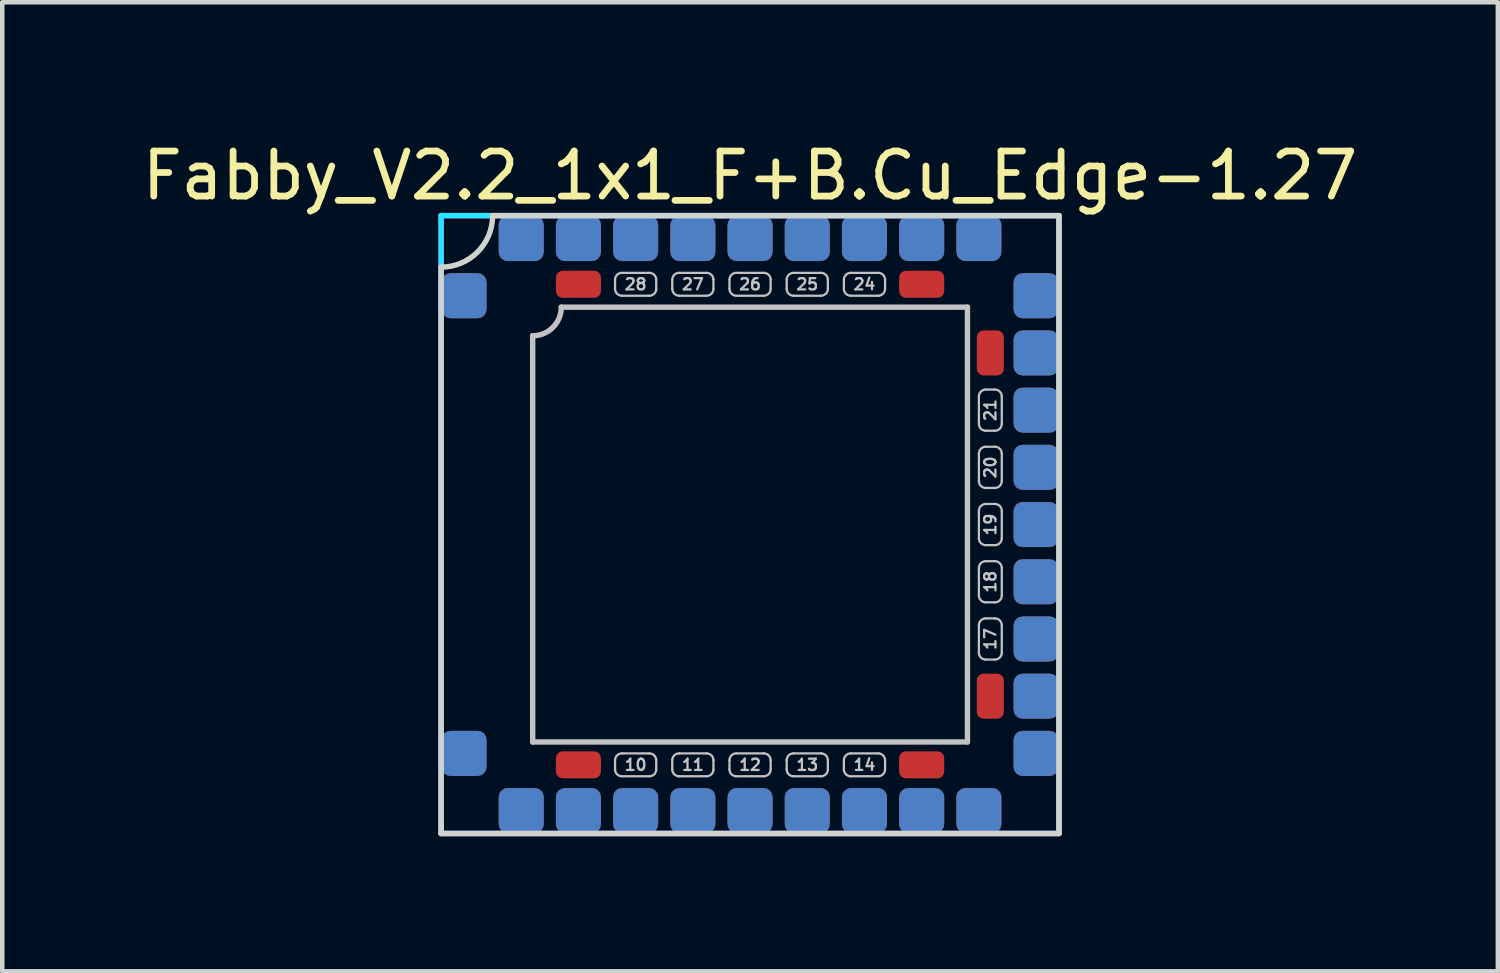
<source format=kicad_pcb>
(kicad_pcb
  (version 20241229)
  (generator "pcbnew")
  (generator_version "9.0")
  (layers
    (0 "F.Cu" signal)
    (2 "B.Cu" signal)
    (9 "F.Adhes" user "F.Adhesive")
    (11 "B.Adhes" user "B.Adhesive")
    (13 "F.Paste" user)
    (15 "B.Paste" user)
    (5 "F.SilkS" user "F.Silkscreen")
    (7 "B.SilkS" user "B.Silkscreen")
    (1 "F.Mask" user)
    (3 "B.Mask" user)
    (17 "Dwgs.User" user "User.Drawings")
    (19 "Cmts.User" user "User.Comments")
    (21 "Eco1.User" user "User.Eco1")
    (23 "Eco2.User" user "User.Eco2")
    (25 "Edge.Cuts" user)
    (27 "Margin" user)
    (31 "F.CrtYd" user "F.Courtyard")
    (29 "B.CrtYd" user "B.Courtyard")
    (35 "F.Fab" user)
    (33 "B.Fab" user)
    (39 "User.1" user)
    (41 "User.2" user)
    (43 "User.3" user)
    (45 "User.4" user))
  (footprint "Fabby_V2.2_1x1_F+B.Cu_Edge-1.27"
    (layer "F.Cu")
    (at 13.601 8.595)
    (property "Reference" "Fabby_V2.2_1x1_F+B.Cu_Edge-1.27" (at 0 -7.747 0) (layer "F.SilkS") (effects (font (size 1 1) (thickness 0.15))))
    (attr through_hole)
    (fp_line (start -4.826 4.826) (end -4.826 -4.191) (stroke (width 0.12) (type solid)) (layer "Dwgs.User"))
    (fp_line (start -4.191 -4.826) (end 4.826 -4.826) (stroke (width 0.12) (type solid)) (layer "Dwgs.User"))
    (fp_line (start -2.997 -5.436) (end -2.997 -5.232) (stroke (width 0.05) (type solid)) (layer "Dwgs.User"))
    (fp_line (start -2.997 5.232) (end -2.997 5.436) (stroke (width 0.05) (type solid)) (layer "Dwgs.User"))
    (fp_line (start -2.845 -5.588) (end -2.235 -5.588) (stroke (width 0.05) (type solid)) (layer "Dwgs.User"))
    (fp_line (start -2.845 -5.08) (end -2.235 -5.08) (stroke (width 0.05) (type solid)) (layer "Dwgs.User"))
    (fp_line (start -2.845 5.08) (end -2.235 5.08) (stroke (width 0.05) (type solid)) (layer "Dwgs.User"))
    (fp_line (start -2.845 5.588) (end -2.235 5.588) (stroke (width 0.05) (type solid)) (layer "Dwgs.User"))
    (fp_line (start -2.083 -5.436) (end -2.083 -5.232) (stroke (width 0.05) (type solid)) (layer "Dwgs.User"))
    (fp_line (start -2.083 5.232) (end -2.083 5.436) (stroke (width 0.05) (type solid)) (layer "Dwgs.User"))
    (fp_line (start -1.727 -5.436) (end -1.727 -5.232) (stroke (width 0.05) (type solid)) (layer "Dwgs.User"))
    (fp_line (start -1.727 5.232) (end -1.727 5.436) (stroke (width 0.05) (type solid)) (layer "Dwgs.User"))
    (fp_line (start -1.575 -5.588) (end -0.965 -5.588) (stroke (width 0.05) (type solid)) (layer "Dwgs.User"))
    (fp_line (start -1.575 -5.08) (end -0.965 -5.08) (stroke (width 0.05) (type solid)) (layer "Dwgs.User"))
    (fp_line (start -1.575 5.08) (end -0.965 5.08) (stroke (width 0.05) (type solid)) (layer "Dwgs.User"))
    (fp_line (start -1.575 5.588) (end -0.965 5.588) (stroke (width 0.05) (type solid)) (layer "Dwgs.User"))
    (fp_line (start -0.813 -5.436) (end -0.813 -5.232) (stroke (width 0.05) (type solid)) (layer "Dwgs.User"))
    (fp_line (start -0.813 5.232) (end -0.813 5.436) (stroke (width 0.05) (type solid)) (layer "Dwgs.User"))
    (fp_line (start -0.457 -5.436) (end -0.457 -5.232) (stroke (width 0.05) (type solid)) (layer "Dwgs.User"))
    (fp_line (start -0.457 5.232) (end -0.457 5.436) (stroke (width 0.05) (type solid)) (layer "Dwgs.User"))
    (fp_line (start -0.305 -5.588) (end 0.305 -5.588) (stroke (width 0.05) (type solid)) (layer "Dwgs.User"))
    (fp_line (start -0.305 -5.08) (end 0.305 -5.08) (stroke (width 0.05) (type solid)) (layer "Dwgs.User"))
    (fp_line (start -0.305 5.08) (end 0.305 5.08) (stroke (width 0.05) (type solid)) (layer "Dwgs.User"))
    (fp_line (start -0.305 5.588) (end 0.305 5.588) (stroke (width 0.05) (type solid)) (layer "Dwgs.User"))
    (fp_line (start 0.457 -5.436) (end 0.457 -5.232) (stroke (width 0.05) (type solid)) (layer "Dwgs.User"))
    (fp_line (start 0.457 5.232) (end 0.457 5.436) (stroke (width 0.05) (type solid)) (layer "Dwgs.User"))
    (fp_line (start 0.813 -5.436) (end 0.813 -5.232) (stroke (width 0.05) (type solid)) (layer "Dwgs.User"))
    (fp_line (start 0.813 5.232) (end 0.813 5.436) (stroke (width 0.05) (type solid)) (layer "Dwgs.User"))
    (fp_line (start 0.965 -5.588) (end 1.575 -5.588) (stroke (width 0.05) (type solid)) (layer "Dwgs.User"))
    (fp_line (start 0.965 -5.08) (end 1.575 -5.08) (stroke (width 0.05) (type solid)) (layer "Dwgs.User"))
    (fp_line (start 0.965 5.08) (end 1.575 5.08) (stroke (width 0.05) (type solid)) (layer "Dwgs.User"))
    (fp_line (start 0.965 5.588) (end 1.575 5.588) (stroke (width 0.05) (type solid)) (layer "Dwgs.User"))
    (fp_line (start 1.727 -5.436) (end 1.727 -5.232) (stroke (width 0.05) (type solid)) (layer "Dwgs.User"))
    (fp_line (start 1.727 5.232) (end 1.727 5.436) (stroke (width 0.05) (type solid)) (layer "Dwgs.User"))
    (fp_line (start 2.083 -5.436) (end 2.083 -5.232) (stroke (width 0.05) (type solid)) (layer "Dwgs.User"))
    (fp_line (start 2.083 5.232) (end 2.083 5.436) (stroke (width 0.05) (type solid)) (layer "Dwgs.User"))
    (fp_line (start 2.235 -5.588) (end 2.845 -5.588) (stroke (width 0.05) (type solid)) (layer "Dwgs.User"))
    (fp_line (start 2.235 -5.08) (end 2.845 -5.08) (stroke (width 0.05) (type solid)) (layer "Dwgs.User"))
    (fp_line (start 2.235 5.08) (end 2.845 5.08) (stroke (width 0.05) (type solid)) (layer "Dwgs.User"))
    (fp_line (start 2.235 5.588) (end 2.845 5.588) (stroke (width 0.05) (type solid)) (layer "Dwgs.User"))
    (fp_line (start 2.997 -5.436) (end 2.997 -5.232) (stroke (width 0.05) (type solid)) (layer "Dwgs.User"))
    (fp_line (start 2.997 5.232) (end 2.997 5.436) (stroke (width 0.05) (type solid)) (layer "Dwgs.User"))
    (fp_line (start 4.826 -4.826) (end 4.826 4.826) (stroke (width 0.12) (type solid)) (layer "Dwgs.User"))
    (fp_line (start 4.826 4.826) (end -4.826 4.826) (stroke (width 0.12) (type solid)) (layer "Dwgs.User"))
    (fp_line (start 5.08 -2.235) (end 5.08 -2.845) (stroke (width 0.05) (type solid)) (layer "Dwgs.User"))
    (fp_line (start 5.08 -0.965) (end 5.08 -1.575) (stroke (width 0.05) (type solid)) (layer "Dwgs.User"))
    (fp_line (start 5.08 0.305) (end 5.08 -0.305) (stroke (width 0.05) (type solid)) (layer "Dwgs.User"))
    (fp_line (start 5.08 1.575) (end 5.08 0.965) (stroke (width 0.05) (type solid)) (layer "Dwgs.User"))
    (fp_line (start 5.08 2.845) (end 5.08 2.235) (stroke (width 0.05) (type solid)) (layer "Dwgs.User"))
    (fp_line (start 5.232 -2.997) (end 5.436 -2.997) (stroke (width 0.05) (type solid)) (layer "Dwgs.User"))
    (fp_line (start 5.232 -2.083) (end 5.436 -2.083) (stroke (width 0.05) (type solid)) (layer "Dwgs.User"))
    (fp_line (start 5.232 -1.727) (end 5.436 -1.727) (stroke (width 0.05) (type solid)) (layer "Dwgs.User"))
    (fp_line (start 5.232 -0.813) (end 5.436 -0.813) (stroke (width 0.05) (type solid)) (layer "Dwgs.User"))
    (fp_line (start 5.232 -0.457) (end 5.436 -0.457) (stroke (width 0.05) (type solid)) (layer "Dwgs.User"))
    (fp_line (start 5.232 0.457) (end 5.436 0.457) (stroke (width 0.05) (type solid)) (layer "Dwgs.User"))
    (fp_line (start 5.232 0.813) (end 5.436 0.813) (stroke (width 0.05) (type solid)) (layer "Dwgs.User"))
    (fp_line (start 5.232 1.727) (end 5.436 1.727) (stroke (width 0.05) (type solid)) (layer "Dwgs.User"))
    (fp_line (start 5.232 2.083) (end 5.436 2.083) (stroke (width 0.05) (type solid)) (layer "Dwgs.User"))
    (fp_line (start 5.232 2.997) (end 5.436 2.997) (stroke (width 0.05) (type solid)) (layer "Dwgs.User"))
    (fp_line (start 5.588 -2.235) (end 5.588 -2.845) (stroke (width 0.05) (type solid)) (layer "Dwgs.User"))
    (fp_line (start 5.588 -0.965) (end 5.588 -1.575) (stroke (width 0.05) (type solid)) (layer "Dwgs.User"))
    (fp_line (start 5.588 0.305) (end 5.588 -0.305) (stroke (width 0.05) (type solid)) (layer "Dwgs.User"))
    (fp_line (start 5.588 1.575) (end 5.588 0.965) (stroke (width 0.05) (type solid)) (layer "Dwgs.User"))
    (fp_line (start 5.588 2.845) (end 5.588 2.235) (stroke (width 0.05) (type solid)) (layer "Dwgs.User"))
    (fp_arc (start -4.191 -4.826) (mid -4.376987 -4.376987) (end -4.826 -4.191) (stroke (width 0.12) (type solid)) (layer "Dwgs.User"))
    (fp_arc (start -2.9972 -5.4356) (mid -2.952563 -5.543363) (end -2.8448 -5.588) (stroke (width 0.05) (type solid)) (layer "Dwgs.User"))
    (fp_arc (start -2.9972 5.2324) (mid -2.952563 5.124637) (end -2.8448 5.08) (stroke (width 0.05) (type solid)) (layer "Dwgs.User"))
    (fp_arc (start -2.8448 -5.08) (mid -2.952563 -5.124637) (end -2.9972 -5.2324) (stroke (width 0.05) (type solid)) (layer "Dwgs.User"))
    (fp_arc (start -2.8448 5.588) (mid -2.952563 5.543363) (end -2.9972 5.4356) (stroke (width 0.05) (type solid)) (layer "Dwgs.User"))
    (fp_arc (start -2.2352 -5.588) (mid -2.127437 -5.543363) (end -2.0828 -5.4356) (stroke (width 0.05) (type solid)) (layer "Dwgs.User"))
    (fp_arc (start -2.2352 5.08) (mid -2.127437 5.124637) (end -2.0828 5.2324) (stroke (width 0.05) (type solid)) (layer "Dwgs.User"))
    (fp_arc (start -2.0828 -5.2324) (mid -2.127437 -5.124637) (end -2.2352 -5.08) (stroke (width 0.05) (type solid)) (layer "Dwgs.User"))
    (fp_arc (start -2.0828 5.4356) (mid -2.127437 5.543363) (end -2.2352 5.588) (stroke (width 0.05) (type solid)) (layer "Dwgs.User"))
    (fp_arc (start -1.7272 -5.4356) (mid -1.682563 -5.543363) (end -1.5748 -5.588) (stroke (width 0.05) (type solid)) (layer "Dwgs.User"))
    (fp_arc (start -1.7272 5.2324) (mid -1.682563 5.124637) (end -1.5748 5.08) (stroke (width 0.05) (type solid)) (layer "Dwgs.User"))
    (fp_arc (start -1.5748 -5.08) (mid -1.682563 -5.124637) (end -1.7272 -5.2324) (stroke (width 0.05) (type solid)) (layer "Dwgs.User"))
    (fp_arc (start -1.5748 5.588) (mid -1.682563 5.543363) (end -1.7272 5.4356) (stroke (width 0.05) (type solid)) (layer "Dwgs.User"))
    (fp_arc (start -0.9652 -5.588) (mid -0.857437 -5.543363) (end -0.8128 -5.4356) (stroke (width 0.05) (type solid)) (layer "Dwgs.User"))
    (fp_arc (start -0.9652 5.08) (mid -0.857437 5.124637) (end -0.8128 5.2324) (stroke (width 0.05) (type solid)) (layer "Dwgs.User"))
    (fp_arc (start -0.8128 -5.2324) (mid -0.857437 -5.124637) (end -0.9652 -5.08) (stroke (width 0.05) (type solid)) (layer "Dwgs.User"))
    (fp_arc (start -0.8128 5.4356) (mid -0.857437 5.543363) (end -0.9652 5.588) (stroke (width 0.05) (type solid)) (layer "Dwgs.User"))
    (fp_arc (start -0.4572 -5.4356) (mid -0.412563 -5.543363) (end -0.3048 -5.588) (stroke (width 0.05) (type solid)) (layer "Dwgs.User"))
    (fp_arc (start -0.4572 5.2324) (mid -0.412563 5.124637) (end -0.3048 5.08) (stroke (width 0.05) (type solid)) (layer "Dwgs.User"))
    (fp_arc (start -0.3048 -5.08) (mid -0.412563 -5.124637) (end -0.4572 -5.2324) (stroke (width 0.05) (type solid)) (layer "Dwgs.User"))
    (fp_arc (start -0.3048 5.588) (mid -0.412563 5.543363) (end -0.4572 5.4356) (stroke (width 0.05) (type solid)) (layer "Dwgs.User"))
    (fp_arc (start 0.3048 -5.588) (mid 0.412563 -5.543363) (end 0.4572 -5.4356) (stroke (width 0.05) (type solid)) (layer "Dwgs.User"))
    (fp_arc (start 0.3048 5.08) (mid 0.412563 5.124637) (end 0.4572 5.2324) (stroke (width 0.05) (type solid)) (layer "Dwgs.User"))
    (fp_arc (start 0.4572 -5.2324) (mid 0.412563 -5.124637) (end 0.3048 -5.08) (stroke (width 0.05) (type solid)) (layer "Dwgs.User"))
    (fp_arc (start 0.4572 5.4356) (mid 0.412563 5.543363) (end 0.3048 5.588) (stroke (width 0.05) (type solid)) (layer "Dwgs.User"))
    (fp_arc (start 0.8128 -5.4356) (mid 0.857437 -5.543363) (end 0.9652 -5.588) (stroke (width 0.05) (type solid)) (layer "Dwgs.User"))
    (fp_arc (start 0.8128 5.2324) (mid 0.857437 5.124637) (end 0.9652 5.08) (stroke (width 0.05) (type solid)) (layer "Dwgs.User"))
    (fp_arc (start 0.9652 -5.08) (mid 0.857437 -5.124637) (end 0.8128 -5.2324) (stroke (width 0.05) (type solid)) (layer "Dwgs.User"))
    (fp_arc (start 0.9652 5.588) (mid 0.857437 5.543363) (end 0.8128 5.4356) (stroke (width 0.05) (type solid)) (layer "Dwgs.User"))
    (fp_arc (start 1.5748 -5.588) (mid 1.682563 -5.543363) (end 1.7272 -5.4356) (stroke (width 0.05) (type solid)) (layer "Dwgs.User"))
    (fp_arc (start 1.5748 5.08) (mid 1.682563 5.124637) (end 1.7272 5.2324) (stroke (width 0.05) (type solid)) (layer "Dwgs.User"))
    (fp_arc (start 1.7272 -5.2324) (mid 1.682563 -5.124637) (end 1.5748 -5.08) (stroke (width 0.05) (type solid)) (layer "Dwgs.User"))
    (fp_arc (start 1.7272 5.4356) (mid 1.682563 5.543363) (end 1.5748 5.588) (stroke (width 0.05) (type solid)) (layer "Dwgs.User"))
    (fp_arc (start 2.0828 -5.4356) (mid 2.127437 -5.543363) (end 2.2352 -5.588) (stroke (width 0.05) (type solid)) (layer "Dwgs.User"))
    (fp_arc (start 2.0828 5.2324) (mid 2.127437 5.124637) (end 2.2352 5.08) (stroke (width 0.05) (type solid)) (layer "Dwgs.User"))
    (fp_arc (start 2.2352 -5.08) (mid 2.127437 -5.124637) (end 2.0828 -5.2324) (stroke (width 0.05) (type solid)) (layer "Dwgs.User"))
    (fp_arc (start 2.2352 5.588) (mid 2.127437 5.543363) (end 2.0828 5.4356) (stroke (width 0.05) (type solid)) (layer "Dwgs.User"))
    (fp_arc (start 2.8448 -5.588) (mid 2.952563 -5.543363) (end 2.9972 -5.4356) (stroke (width 0.05) (type solid)) (layer "Dwgs.User"))
    (fp_arc (start 2.8448 5.08) (mid 2.952563 5.124637) (end 2.9972 5.2324) (stroke (width 0.05) (type solid)) (layer "Dwgs.User"))
    (fp_arc (start 2.9972 -5.2324) (mid 2.952563 -5.124637) (end 2.8448 -5.08) (stroke (width 0.05) (type solid)) (layer "Dwgs.User"))
    (fp_arc (start 2.9972 5.4356) (mid 2.952563 5.543363) (end 2.8448 5.588) (stroke (width 0.05) (type solid)) (layer "Dwgs.User"))
    (fp_arc (start 5.08 -2.8448) (mid 5.124637 -2.952563) (end 5.2324 -2.9972) (stroke (width 0.05) (type solid)) (layer "Dwgs.User"))
    (fp_arc (start 5.08 -1.5748) (mid 5.124637 -1.682563) (end 5.2324 -1.7272) (stroke (width 0.05) (type solid)) (layer "Dwgs.User"))
    (fp_arc (start 5.08 -0.3048) (mid 5.124637 -0.412563) (end 5.2324 -0.4572) (stroke (width 0.05) (type solid)) (layer "Dwgs.User"))
    (fp_arc (start 5.08 0.9652) (mid 5.124637 0.857437) (end 5.2324 0.8128) (stroke (width 0.05) (type solid)) (layer "Dwgs.User"))
    (fp_arc (start 5.08 2.2352) (mid 5.124637 2.127437) (end 5.2324 2.0828) (stroke (width 0.05) (type solid)) (layer "Dwgs.User"))
    (fp_arc (start 5.2324 -2.0828) (mid 5.124637 -2.127437) (end 5.08 -2.2352) (stroke (width 0.05) (type solid)) (layer "Dwgs.User"))
    (fp_arc (start 5.2324 -0.8128) (mid 5.124637 -0.857437) (end 5.08 -0.9652) (stroke (width 0.05) (type solid)) (layer "Dwgs.User"))
    (fp_arc (start 5.2324 0.4572) (mid 5.124637 0.412563) (end 5.08 0.3048) (stroke (width 0.05) (type solid)) (layer "Dwgs.User"))
    (fp_arc (start 5.2324 1.7272) (mid 5.124637 1.682563) (end 5.08 1.5748) (stroke (width 0.05) (type solid)) (layer "Dwgs.User"))
    (fp_arc (start 5.2324 2.9972) (mid 5.124637 2.952563) (end 5.08 2.8448) (stroke (width 0.05) (type solid)) (layer "Dwgs.User"))
    (fp_arc (start 5.4356 -2.9972) (mid 5.543363 -2.952563) (end 5.588 -2.8448) (stroke (width 0.05) (type solid)) (layer "Dwgs.User"))
    (fp_arc (start 5.4356 -1.7272) (mid 5.543363 -1.682563) (end 5.588 -1.5748) (stroke (width 0.05) (type solid)) (layer "Dwgs.User"))
    (fp_arc (start 5.4356 -0.4572) (mid 5.543363 -0.412563) (end 5.588 -0.3048) (stroke (width 0.05) (type solid)) (layer "Dwgs.User"))
    (fp_arc (start 5.4356 0.8128) (mid 5.543363 0.857437) (end 5.588 0.9652) (stroke (width 0.05) (type solid)) (layer "Dwgs.User"))
    (fp_arc (start 5.4356 2.0828) (mid 5.543363 2.127437) (end 5.588 2.2352) (stroke (width 0.05) (type solid)) (layer "Dwgs.User"))
    (fp_arc (start 5.588 -2.2352) (mid 5.543363 -2.127437) (end 5.4356 -2.0828) (stroke (width 0.05) (type solid)) (layer "Dwgs.User"))
    (fp_arc (start 5.588 -0.9652) (mid 5.543363 -0.857437) (end 5.4356 -0.8128) (stroke (width 0.05) (type solid)) (layer "Dwgs.User"))
    (fp_arc (start 5.588 0.3048) (mid 5.543363 0.412563) (end 5.4356 0.4572) (stroke (width 0.05) (type solid)) (layer "Dwgs.User"))
    (fp_arc (start 5.588 1.5748) (mid 5.543363 1.682563) (end 5.4356 1.7272) (stroke (width 0.05) (type solid)) (layer "Dwgs.User"))
    (fp_arc (start 5.588 2.8448) (mid 5.543363 2.952563) (end 5.4356 2.9972) (stroke (width 0.05) (type solid)) (layer "Dwgs.User"))
    (fp_line (start -6.858 -5.715) (end -6.858 6.858) (stroke (width 0.12) (type solid)) (layer "Edge.Cuts"))
    (fp_line (start -6.858 6.858) (end 6.858 6.858) (stroke (width 0.12) (type solid)) (layer "Edge.Cuts"))
    (fp_line (start -5.715 -6.858) (end 6.858 -6.858) (stroke (width 0.12) (type solid)) (layer "Edge.Cuts"))
    (fp_line (start 6.858 -6.858) (end 6.858 6.858) (stroke (width 0.12) (type solid)) (layer "Edge.Cuts"))
    (fp_arc (start -5.715 -6.858) (mid -6.049777 -6.049777) (end -6.858 -5.715) (stroke (width 0.12) (type solid)) (layer "Edge.Cuts"))
    (fp_line (start -6.858 -6.858) (end 6.858 -6.858) (stroke (width 0.12) (type solid)) (layer "B.CrtYd"))
    (fp_line (start -6.858 6.858) (end -6.858 -6.858) (stroke (width 0.12) (type solid)) (layer "B.CrtYd"))
    (fp_line (start 6.858 -6.858) (end 6.858 6.858) (stroke (width 0.12) (type solid)) (layer "B.CrtYd"))
    (fp_line (start 6.858 6.858) (end -6.858 6.858) (stroke (width 0.12) (type solid)) (layer "B.CrtYd"))
    (fp_line (start -6.858 -6.858) (end 6.858 -6.858) (stroke (width 0.12) (type solid)) (layer "F.CrtYd"))
    (fp_line (start -6.858 6.858) (end -6.858 -6.858) (stroke (width 0.12) (type solid)) (layer "F.CrtYd"))
    (fp_line (start 6.858 -6.858) (end 6.858 6.858) (stroke (width 0.12) (type solid)) (layer "F.CrtYd"))
    (fp_line (start 6.858 6.858) (end -6.858 6.858) (stroke (width 0.12) (type solid)) (layer "F.CrtYd"))
    (fp_text user "28" (at -2.54 -5.334 0) (layer "Dwgs.User") (effects (font (size 0.25 0.25) (thickness 0.05))))
    (fp_text user "12" (at 0 5.334 0) (layer "Dwgs.User") (effects (font (size 0.25 0.25) (thickness 0.05))))
    (fp_text user "24" (at 2.54 -5.334 0) (layer "Dwgs.User") (effects (font (size 0.25 0.25) (thickness 0.05))))
    (fp_text user "10" (at -2.54 5.334 0) (layer "Dwgs.User") (effects (font (size 0.25 0.25) (thickness 0.05))))
    (fp_text user "14" (at 2.54 5.334 0) (layer "Dwgs.User") (effects (font (size 0.25 0.25) (thickness 0.05))))
    (fp_text user "19" (at 5.334 0 90) (layer "Dwgs.User") (effects (font (size 0.25 0.25) (thickness 0.05))))
    (fp_text user "26" (at 0 -5.334 0) (layer "Dwgs.User") (effects (font (size 0.25 0.25) (thickness 0.05))))
    (fp_text user "27" (at -1.27 -5.334 0) (layer "Dwgs.User") (effects (font (size 0.25 0.25) (thickness 0.05))))
    (fp_text user "21" (at 5.334 -2.54 90) (layer "Dwgs.User") (effects (font (size 0.25 0.25) (thickness 0.05))))
    (fp_text user "20" (at 5.334 -1.27 90) (layer "Dwgs.User") (effects (font (size 0.25 0.25) (thickness 0.05))))
    (fp_text user "13" (at 1.27 5.334 0) (layer "Dwgs.User") (effects (font (size 0.25 0.25) (thickness 0.05))))
    (fp_text user "17" (at 5.334 2.54 90) (layer "Dwgs.User") (effects (font (size 0.25 0.25) (thickness 0.05))))
    (fp_text user "18" (at 5.334 1.27 90) (layer "Dwgs.User") (effects (font (size 0.25 0.25) (thickness 0.05))))
    (fp_text user "11" (at -1.27 5.334 0) (layer "Dwgs.User") (effects (font (size 0.25 0.25) (thickness 0.05))))
    (fp_text user "25" (at 1.27 -5.334 0) (layer "Dwgs.User") (effects (font (size 0.25 0.25) (thickness 0.05))))
    (pad "" smd roundrect (at -3.81 -6.35 270) (size 1 1) (layers "F.Cu" "F.Mask" "F.Paste") (roundrect_rratio 0.2))
    (pad "" smd roundrect (at -3.81 -6.35 270) (size 1 1) (layers "F.Mask" "B.Cu" "F.Paste") (roundrect_rratio 0.2))
    (pad "" smd roundrect (at -3.81 6.35 270) (size 1 1) (layers "F.Cu" "F.Mask" "F.Paste") (roundrect_rratio 0.2))
    (pad "" smd roundrect (at -3.81 6.35 270) (size 1 1) (layers "F.Mask" "B.Cu" "F.Paste") (roundrect_rratio 0.2))
    (pad "" smd roundrect (at 3.81 -6.35 270) (size 1 1) (layers "F.Cu" "F.Mask" "F.Paste") (roundrect_rratio 0.2))
    (pad "" smd roundrect (at 3.81 -6.35 270) (size 1 1) (layers "F.Mask" "B.Cu" "F.Paste") (roundrect_rratio 0.2))
    (pad "" smd roundrect (at 3.81 6.35 270) (size 1 1) (layers "F.Cu" "F.Mask" "F.Paste") (roundrect_rratio 0.2))
    (pad "" smd roundrect (at 3.81 6.35 270) (size 1 1) (layers "F.Mask" "B.Cu" "F.Paste") (roundrect_rratio 0.2))
    (pad "" smd roundrect (at 6.35 -3.81 270) (size 1 1) (layers "F.Cu" "F.Mask" "F.Paste") (roundrect_rratio 0.2))
    (pad "" smd roundrect (at 6.35 -3.81 270) (size 1 1) (layers "F.Mask" "B.Cu" "F.Paste") (roundrect_rratio 0.2))
    (pad "" smd roundrect (at 6.35 3.81 270) (size 1 1) (layers "F.Cu" "F.Mask" "F.Paste") (roundrect_rratio 0.2))
    (pad "" smd roundrect (at 6.35 3.81 270) (size 1 1) (layers "F.Mask" "B.Cu" "F.Paste") (roundrect_rratio 0.2))
    (pad "1" smd roundrect (at -6.35 -5.08 270) (size 1 1) (layers "F.Cu" "F.Mask" "F.Paste") (roundrect_rratio 0.2))
    (pad "1" smd roundrect (at -6.35 -5.08 270) (size 1 1) (layers "F.Mask" "B.Cu" "F.Paste") (roundrect_rratio 0.2))
    (pad "1" smd roundrect (at -6.35 5.08 270) (size 1 1) (layers "F.Cu" "F.Mask" "F.Paste") (roundrect_rratio 0.2))
    (pad "1" smd roundrect (at -6.35 5.08 270) (size 1 1) (layers "F.Mask" "B.Cu" "F.Paste") (roundrect_rratio 0.2))
    (pad "1" smd roundrect (at -5.08 -6.35 270) (size 1 1) (layers "F.Cu" "F.Mask" "F.Paste") (roundrect_rratio 0.2))
    (pad "1" smd roundrect (at -5.08 -6.35 270) (size 1 1) (layers "F.Mask" "B.Cu" "F.Paste") (roundrect_rratio 0.2))
    (pad "1" smd roundrect (at -5.08 6.35 270) (size 1 1) (layers "F.Cu" "F.Mask" "F.Paste") (roundrect_rratio 0.2))
    (pad "1" smd roundrect (at -5.08 6.35 270) (size 1 1) (layers "F.Mask" "B.Cu" "F.Paste") (roundrect_rratio 0.2))
    (pad "1" smd roundrect (at 5.08 -6.35 270) (size 1 1) (layers "F.Cu" "F.Mask" "F.Paste") (roundrect_rratio 0.2))
    (pad "1" smd roundrect (at 5.08 -6.35 270) (size 1 1) (layers "F.Mask" "B.Cu" "F.Paste") (roundrect_rratio 0.2))
    (pad "1" smd roundrect (at 5.08 6.35 270) (size 1 1) (layers "F.Cu" "F.Mask" "F.Paste") (roundrect_rratio 0.2))
    (pad "1" smd roundrect (at 5.08 6.35 270) (size 1 1) (layers "F.Mask" "B.Cu" "F.Paste") (roundrect_rratio 0.2))
    (pad "1" smd roundrect (at 6.35 -5.08 270) (size 1 1) (layers "F.Cu" "F.Mask" "F.Paste") (roundrect_rratio 0.2))
    (pad "1" smd roundrect (at 6.35 -5.08 270) (size 1 1) (layers "F.Mask" "B.Cu" "F.Paste") (roundrect_rratio 0.2))
    (pad "1" smd roundrect (at 6.35 5.08 270) (size 1 1) (layers "F.Cu" "F.Mask" "F.Paste") (roundrect_rratio 0.2))
    (pad "1" smd roundrect (at 6.35 5.08 270) (size 1 1) (layers "F.Mask" "B.Cu" "F.Paste") (roundrect_rratio 0.2))
    (pad "9" smd roundrect (at -3.81 5.334) (size 1 0.6) (layers "F.Cu" "F.Mask" "F.Paste") (roundrect_rratio 0.25))
    (pad "10" smd roundrect (at -2.54 6.35 270) (size 1 1) (layers "F.Cu" "F.Mask" "F.Paste") (roundrect_rratio 0.2))
    (pad "10" smd roundrect (at -2.54 6.35 270) (size 1 1) (layers "F.Mask" "B.Cu" "F.Paste") (roundrect_rratio 0.2))
    (pad "11" smd roundrect (at -1.27 6.35 270) (size 1 1) (layers "F.Cu" "F.Mask" "F.Paste") (roundrect_rratio 0.2))
    (pad "11" smd roundrect (at -1.27 6.35 270) (size 1 1) (layers "F.Mask" "B.Cu" "F.Paste") (roundrect_rratio 0.2))
    (pad "12" smd roundrect (at 0 6.35 270) (size 1 1) (layers "F.Cu" "F.Mask" "F.Paste") (roundrect_rratio 0.2))
    (pad "12" smd roundrect (at 0 6.35 270) (size 1 1) (layers "F.Mask" "B.Cu" "F.Paste") (roundrect_rratio 0.2))
    (pad "13" smd roundrect (at 1.27 6.35 270) (size 1 1) (layers "F.Cu" "F.Mask" "F.Paste") (roundrect_rratio 0.2))
    (pad "13" smd roundrect (at 1.27 6.35 270) (size 1 1) (layers "F.Mask" "B.Cu" "F.Paste") (roundrect_rratio 0.2))
    (pad "14" smd roundrect (at 2.54 6.35 270) (size 1 1) (layers "F.Cu" "F.Mask" "F.Paste") (roundrect_rratio 0.2))
    (pad "14" smd roundrect (at 2.54 6.35 270) (size 1 1) (layers "F.Mask" "B.Cu" "F.Paste") (roundrect_rratio 0.2))
    (pad "15" smd roundrect (at 3.81 5.334) (size 1 0.6) (layers "F.Cu" "F.Mask" "F.Paste") (roundrect_rratio 0.25))
    (pad "16" smd roundrect (at 5.334 3.81 270) (size 1 0.6) (layers "F.Cu" "F.Mask" "F.Paste") (roundrect_rratio 0.25))
    (pad "17" smd roundrect (at 6.35 2.54 270) (size 1 1) (layers "F.Cu" "F.Mask" "F.Paste") (roundrect_rratio 0.2))
    (pad "17" smd roundrect (at 6.35 2.54 270) (size 1 1) (layers "F.Mask" "B.Cu" "F.Paste") (roundrect_rratio 0.2))
    (pad "18" smd roundrect (at 6.35 1.27 270) (size 1 1) (layers "F.Cu" "F.Mask" "F.Paste") (roundrect_rratio 0.2))
    (pad "18" smd roundrect (at 6.35 1.27 270) (size 1 1) (layers "F.Mask" "B.Cu" "F.Paste") (roundrect_rratio 0.2))
    (pad "19" smd roundrect (at 6.35 0 270) (size 1 1) (layers "F.Cu" "F.Mask" "F.Paste") (roundrect_rratio 0.2))
    (pad "19" smd roundrect (at 6.35 0 270) (size 1 1) (layers "F.Mask" "B.Cu" "F.Paste") (roundrect_rratio 0.2))
    (pad "20" smd roundrect (at 6.35 -1.27 270) (size 1 1) (layers "F.Cu" "F.Mask" "F.Paste") (roundrect_rratio 0.2))
    (pad "20" smd roundrect (at 6.35 -1.27 270) (size 1 1) (layers "F.Mask" "B.Cu" "F.Paste") (roundrect_rratio 0.2))
    (pad "21" smd roundrect (at 6.35 -2.54 270) (size 1 1) (layers "F.Cu" "F.Mask" "F.Paste") (roundrect_rratio 0.2))
    (pad "21" smd roundrect (at 6.35 -2.54 270) (size 1 1) (layers "F.Mask" "B.Cu" "F.Paste") (roundrect_rratio 0.2))
    (pad "22" smd roundrect (at 5.334 -3.81 270) (size 1 0.6) (layers "F.Cu" "F.Mask" "F.Paste") (roundrect_rratio 0.25))
    (pad "23" smd roundrect (at 3.81 -5.334 180) (size 1 0.6) (layers "F.Cu" "F.Mask" "F.Paste") (roundrect_rratio 0.25))
    (pad "24" smd roundrect (at 2.54 -6.35 270) (size 1 1) (layers "F.Cu" "F.Mask" "F.Paste") (roundrect_rratio 0.2))
    (pad "24" smd roundrect (at 2.54 -6.35 270) (size 1 1) (layers "F.Mask" "B.Cu" "F.Paste") (roundrect_rratio 0.2))
    (pad "25" smd roundrect (at 1.27 -6.35 270) (size 1 1) (layers "F.Cu" "F.Mask" "F.Paste") (roundrect_rratio 0.2))
    (pad "25" smd roundrect (at 1.27 -6.35 270) (size 1 1) (layers "F.Mask" "B.Cu" "F.Paste") (roundrect_rratio 0.2))
    (pad "26" smd roundrect (at 0 -6.35 270) (size 1 1) (layers "F.Cu" "F.Mask" "F.Paste") (roundrect_rratio 0.2))
    (pad "26" smd roundrect (at 0 -6.35 270) (size 1 1) (layers "F.Mask" "B.Cu" "F.Paste") (roundrect_rratio 0.2))
    (pad "27" smd roundrect (at -1.27 -6.35 270) (size 1 1) (layers "F.Cu" "F.Mask" "F.Paste") (roundrect_rratio 0.2))
    (pad "27" smd roundrect (at -1.27 -6.35 270) (size 1 1) (layers "F.Mask" "B.Cu" "F.Paste") (roundrect_rratio 0.2))
    (pad "28" smd roundrect (at -2.54 -6.35 270) (size 1 1) (layers "F.Cu" "F.Mask" "F.Paste") (roundrect_rratio 0.2))
    (pad "28" smd roundrect (at -2.54 -6.35 270) (size 1 1) (layers "F.Mask" "B.Cu" "F.Paste") (roundrect_rratio 0.2))
    (pad "29" smd roundrect (at -3.81 -5.334 180) (size 1 0.6) (layers "F.Cu" "F.Mask" "F.Paste") (roundrect_rratio 0.25)))
  (gr_rect
    (start -3 -3)
    (end 30.202 18.513)
    (stroke (width 0.1) (type default))
    (fill no)
    (layer "Edge.Cuts")))
</source>
